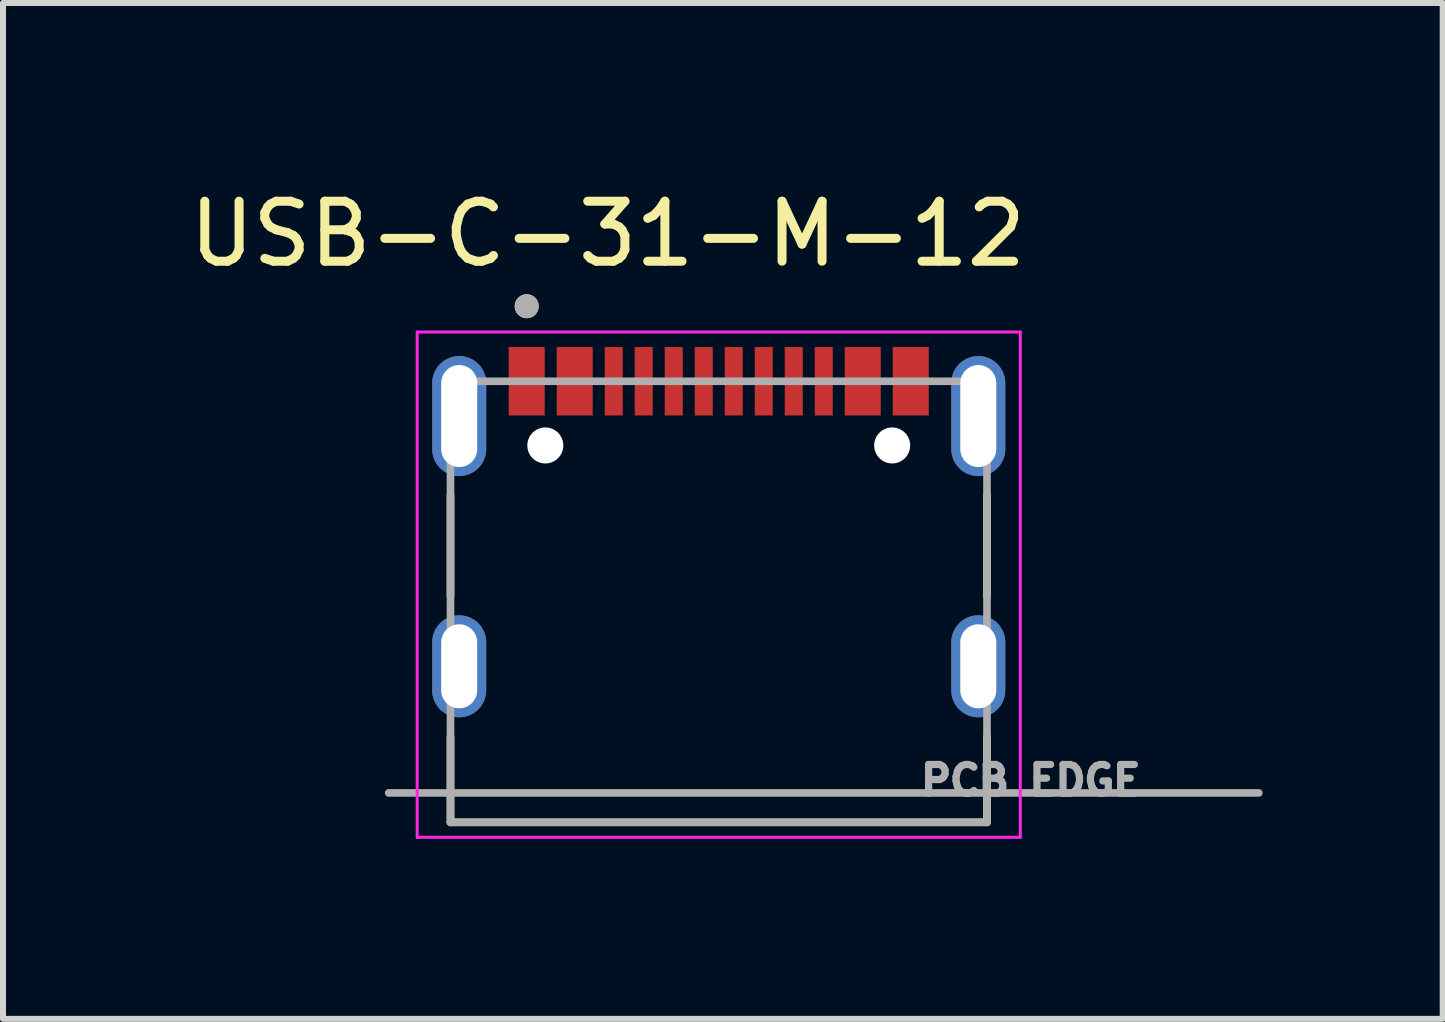
<source format=kicad_pcb>
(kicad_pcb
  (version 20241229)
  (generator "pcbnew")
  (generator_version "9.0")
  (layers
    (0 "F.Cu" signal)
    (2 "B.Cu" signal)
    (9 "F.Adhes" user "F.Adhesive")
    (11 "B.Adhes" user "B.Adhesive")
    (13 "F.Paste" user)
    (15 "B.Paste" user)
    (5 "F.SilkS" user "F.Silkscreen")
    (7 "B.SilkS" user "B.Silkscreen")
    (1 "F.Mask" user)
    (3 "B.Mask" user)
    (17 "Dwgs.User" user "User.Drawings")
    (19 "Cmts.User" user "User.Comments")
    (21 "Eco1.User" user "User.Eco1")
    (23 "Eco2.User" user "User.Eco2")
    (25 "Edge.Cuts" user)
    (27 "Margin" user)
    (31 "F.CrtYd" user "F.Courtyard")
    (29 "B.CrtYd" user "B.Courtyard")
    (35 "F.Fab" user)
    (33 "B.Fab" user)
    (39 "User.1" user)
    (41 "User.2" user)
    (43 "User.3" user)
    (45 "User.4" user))
  (footprint "USB-C-31-M-12"
    (layer "F.Cu")
    (at 8.927 8.053)
    (property "Reference" "USB-C-31-M-12" (at -1.85 -7.205 0) (layer "F.SilkS") (effects (font (size 1 1) (thickness 0.15))))
    (attr smd)
    (fp_poly (pts (xy -3.55 -5.37) (xy -2.85 -5.37) (xy -2.85 -4.13) (xy -3.55 -4.13)) (stroke (width 0.01) (type solid)) (fill yes) (layer "F.Mask"))
    (fp_poly (pts (xy -2.75 -5.37) (xy -2.05 -5.37) (xy -2.05 -4.13) (xy -2.75 -4.13)) (stroke (width 0.01) (type solid)) (fill yes) (layer "F.Mask"))
    (fp_poly (pts (xy -1.95 -5.37) (xy -1.55 -5.37) (xy -1.55 -4.13) (xy -1.95 -4.13)) (stroke (width 0.01) (type solid)) (fill yes) (layer "F.Mask"))
    (fp_poly (pts (xy -1.45 -5.37) (xy -1.05 -5.37) (xy -1.05 -4.13) (xy -1.45 -4.13)) (stroke (width 0.01) (type solid)) (fill yes) (layer "F.Mask"))
    (fp_poly (pts (xy -0.95 -5.37) (xy -0.55 -5.37) (xy -0.55 -4.13) (xy -0.95 -4.13)) (stroke (width 0.01) (type solid)) (fill yes) (layer "F.Mask"))
    (fp_poly (pts (xy -0.45 -5.37) (xy -0.05 -5.37) (xy -0.05 -4.13) (xy -0.45 -4.13)) (stroke (width 0.01) (type solid)) (fill yes) (layer "F.Mask"))
    (fp_poly (pts (xy 0.05 -5.37) (xy 0.45 -5.37) (xy 0.45 -4.13) (xy 0.05 -4.13)) (stroke (width 0.01) (type solid)) (fill yes) (layer "F.Mask"))
    (fp_poly (pts (xy 0.55 -5.37) (xy 0.95 -5.37) (xy 0.95 -4.13) (xy 0.55 -4.13)) (stroke (width 0.01) (type solid)) (fill yes) (layer "F.Mask"))
    (fp_poly (pts (xy 1.05 -5.37) (xy 1.45 -5.37) (xy 1.45 -4.13) (xy 1.05 -4.13)) (stroke (width 0.01) (type solid)) (fill yes) (layer "F.Mask"))
    (fp_poly (pts (xy 1.55 -5.37) (xy 1.95 -5.37) (xy 1.95 -4.13) (xy 1.55 -4.13)) (stroke (width 0.01) (type solid)) (fill yes) (layer "F.Mask"))
    (fp_poly (pts (xy 2.05 -5.37) (xy 2.75 -5.37) (xy 2.75 -4.13) (xy 2.05 -4.13)) (stroke (width 0.01) (type solid)) (fill yes) (layer "F.Mask"))
    (fp_poly (pts (xy 2.85 -5.37) (xy 3.55 -5.37) (xy 3.55 -4.13) (xy 2.85 -4.13)) (stroke (width 0.01) (type solid)) (fill yes) (layer "F.Mask"))
    (fp_line (start -4.47 -2.85) (end -4.47 -1.17) (stroke (width 0.127) (type solid)) (layer "F.SilkS"))
    (fp_line (start -4.47 2.6) (end -4.47 1.17) (stroke (width 0.127) (type solid)) (layer "F.SilkS"))
    (fp_line (start -4.47 2.6) (end 4.47 2.6) (stroke (width 0.127) (type solid)) (layer "F.SilkS"))
    (fp_line (start 4.47 -2.85) (end 4.47 -1.17) (stroke (width 0.127) (type solid)) (layer "F.SilkS"))
    (fp_line (start 4.47 2.6) (end 4.47 1.17) (stroke (width 0.127) (type solid)) (layer "F.SilkS"))
    (fp_circle (center -3.2 -6) (end -3.1 -6) (stroke (width 0.2) (type solid)) (fill no) (layer "F.SilkS"))
    (fp_line (start -5.025 -5.57) (end -5.025 2.85) (stroke (width 0.05) (type solid)) (layer "F.CrtYd"))
    (fp_line (start -5.025 2.85) (end 5.025 2.85) (stroke (width 0.05) (type solid)) (layer "F.CrtYd"))
    (fp_line (start 5.025 -5.57) (end -5.025 -5.57) (stroke (width 0.05) (type solid)) (layer "F.CrtYd"))
    (fp_line (start 5.025 2.85) (end 5.025 -5.57) (stroke (width 0.05) (type solid)) (layer "F.CrtYd"))
    (fp_line (start -5.5 2.11) (end 9 2.11) (stroke (width 0.127) (type solid)) (layer "F.Fab"))
    (fp_line (start -4.47 -4.75) (end -4.47 2.6) (stroke (width 0.127) (type solid)) (layer "F.Fab"))
    (fp_line (start -4.47 2.6) (end 4.47 2.6) (stroke (width 0.127) (type solid)) (layer "F.Fab"))
    (fp_line (start 4.47 -4.75) (end -4.47 -4.75) (stroke (width 0.127) (type solid)) (layer "F.Fab"))
    (fp_line (start 4.47 2.6) (end 4.47 -4.75) (stroke (width 0.127) (type solid)) (layer "F.Fab"))
    (fp_circle (center -3.2 -6) (end -3.1 -6) (stroke (width 0.2) (type solid)) (fill no) (layer "F.Fab"))
    (fp_text user "PCB EDGE" (at 5.2 1.9 0) (layer "F.Fab") (effects (font (size 0.48 0.48) (thickness 0.15))))
    (pad "" np_thru_hole circle (at -2.89 -3.68) (size 0.6 0.6) (drill 0.6) (layers "*.Cu" "*.Mask"))
    (pad "" np_thru_hole circle (at 2.89 -3.68) (size 0.6 0.6) (drill 0.6) (layers "*.Cu" "*.Mask"))
    (pad "A1_B12" smd rect (at -3.2 -4.75) (size 0.6 1.14) (layers "F.Cu" "F.Paste"))
    (pad "A4_B9" smd rect (at -2.4 -4.75) (size 0.6 1.14) (layers "F.Cu" "F.Paste"))
    (pad "A5" smd rect (at -1.25 -4.75) (size 0.3 1.14) (layers "F.Cu" "F.Paste"))
    (pad "A6" smd rect (at -0.25 -4.75) (size 0.3 1.14) (layers "F.Cu" "F.Paste"))
    (pad "A7" smd rect (at 0.25 -4.75) (size 0.3 1.14) (layers "F.Cu" "F.Paste"))
    (pad "A8" smd rect (at 1.25 -4.75) (size 0.3 1.14) (layers "F.Cu" "F.Paste"))
    (pad "B1_A12" smd rect (at 3.2 -4.75) (size 0.6 1.14) (layers "F.Cu" "F.Paste"))
    (pad "B4_A9" smd rect (at 2.4 -4.75) (size 0.6 1.14) (layers "F.Cu" "F.Paste"))
    (pad "B5" smd rect (at 1.75 -4.75) (size 0.3 1.14) (layers "F.Cu" "F.Paste"))
    (pad "B6" smd rect (at 0.75 -4.75) (size 0.3 1.14) (layers "F.Cu" "F.Paste"))
    (pad "B7" smd rect (at -0.75 -4.75) (size 0.3 1.14) (layers "F.Cu" "F.Paste"))
    (pad "B8" smd rect (at -1.75 -4.75) (size 0.3 1.14) (layers "F.Cu" "F.Paste"))
    (pad "S1" thru_hole oval (at -4.325 -4.17) (size 0.9 2) (drill oval 0.6 1.7) (layers "*.Cu" "*.Mask"))
    (pad "S2" thru_hole oval (at 4.325 -4.17) (size 0.9 2) (drill oval 0.6 1.7) (layers "*.Cu" "*.Mask"))
    (pad "S3" thru_hole oval (at -4.325 0) (size 0.9 1.7) (drill oval 0.6 1.4) (layers "*.Cu" "*.Mask"))
    (pad "S4" thru_hole oval (at 4.325 0) (size 0.9 1.7) (drill oval 0.6 1.4) (layers "*.Cu" "*.Mask")))
  (gr_rect
    (start -3 -3)
    (end 20.991 13.928)
    (stroke (width 0.1) (type default))
    (fill no)
    (layer "Edge.Cuts")))
</source>
